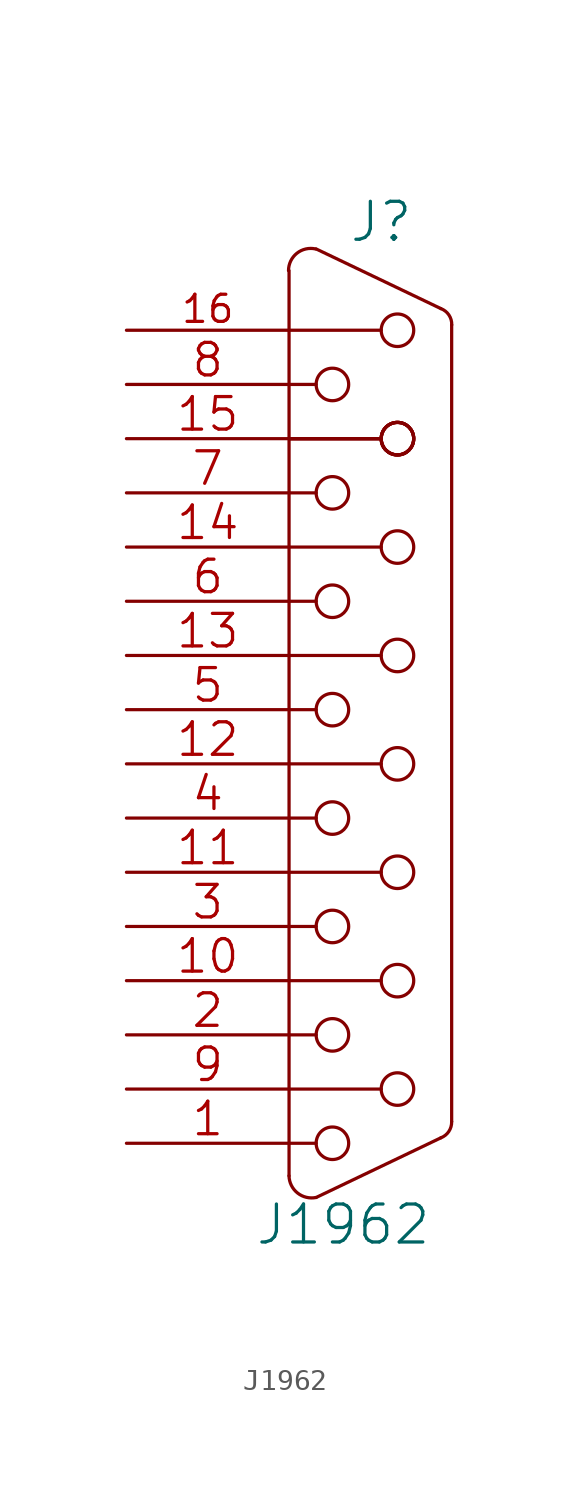
<source format=kicad_sym>
(kicad_symbol_lib
  (version 20211014)
  (generator kicad_symbol_editor)
  (symbol "J1962"
    (pin_names hide)
    (property "Reference" "J"
      (at 0.508 25.4 0)
      (effects (font (size 1.778 1.778))))
    (property "Value" "J1962"
      (at -1.27 -21.59 0)
      (effects (font (size 1.778 1.778))))
    (property "Footprint" ""
      (at 0 0 0)
      (effects (font (size 1.524 1.524))))
    (property "Datasheet" ""
      (at 0 0 0)
      (effects (font (size 1.524 1.524))))
    (symbol "J1962_0_1"
      (arc (start -3.81 -19.304) (mid -3.4118 -20.1103) (end -2.54 -20.32) (stroke (width 0) (type default) (color 0 0 0 0)) (fill (type none)))
      (arc (start -2.5654 24.13) (mid -3.4446 23.9272) (end -3.8354 23.114) (stroke (width 0) (type default) (color 0 0 0 0)) (fill (type none)))
      (circle (center -1.778 -17.78) (radius 0.762) (stroke (width 0) (type default) (color 0 0 0 0)) (fill (type none)))
      (circle (center -1.778 -12.7) (radius 0.762) (stroke (width 0) (type default) (color 0 0 0 0)) (fill (type none)))
      (circle (center -1.778 -7.62) (radius 0.762) (stroke (width 0) (type default) (color 0 0 0 0)) (fill (type none)))
      (circle (center -1.778 -2.54) (radius 0.762) (stroke (width 0) (type default) (color 0 0 0 0)) (fill (type none)))
      (circle (center -1.778 2.54) (radius 0.762) (stroke (width 0) (type default) (color 0 0 0 0)) (fill (type none)))
      (circle (center -1.778 7.62) (radius 0.762) (stroke (width 0) (type default) (color 0 0 0 0)) (fill (type none)))
      (circle (center -1.778 12.7) (radius 0.762) (stroke (width 0) (type default) (color 0 0 0 0)) (fill (type none)))
      (circle (center -1.778 17.78) (radius 0.762) (stroke (width 0) (type default) (color 0 0 0 0)) (fill (type none)))
      (polyline (pts (xy -3.81 -17.78) (xy -2.54 -17.78)) (stroke (width 0) (type default) (color 0 0 0 0)) (fill (type none)))
      (polyline (pts (xy -3.81 -15.24) (xy 0.508 -15.24)) (stroke (width 0) (type default) (color 0 0 0 0)) (fill (type none)))
      (polyline (pts (xy -3.81 -12.7) (xy -2.54 -12.7)) (stroke (width 0) (type default) (color 0 0 0 0)) (fill (type none)))
      (polyline (pts (xy -3.81 -10.16) (xy 0.508 -10.16)) (stroke (width 0) (type default) (color 0 0 0 0)) (fill (type none)))
      (polyline (pts (xy -3.81 -7.62) (xy -2.54 -7.62)) (stroke (width 0) (type default) (color 0 0 0 0)) (fill (type none)))
      (polyline (pts (xy -3.81 -5.08) (xy 0.508 -5.08)) (stroke (width 0) (type default) (color 0 0 0 0)) (fill (type none)))
      (polyline (pts (xy -3.81 -2.54) (xy -2.54 -2.54)) (stroke (width 0) (type default) (color 0 0 0 0)) (fill (type none)))
      (polyline (pts (xy -3.81 0) (xy 0.508 0)) (stroke (width 0) (type default) (color 0 0 0 0)) (fill (type none)))
      (polyline (pts (xy -3.81 2.54) (xy -2.54 2.54)) (stroke (width 0) (type default) (color 0 0 0 0)) (fill (type none)))
      (polyline (pts (xy -3.81 5.08) (xy 0.508 5.08)) (stroke (width 0) (type default) (color 0 0 0 0)) (fill (type none)))
      (polyline (pts (xy -3.81 7.62) (xy -2.54 7.62)) (stroke (width 0) (type default) (color 0 0 0 0)) (fill (type none)))
      (polyline (pts (xy -3.81 10.16) (xy 0.508 10.16)) (stroke (width 0) (type default) (color 0 0 0 0)) (fill (type none)))
      (polyline (pts (xy -3.81 12.7) (xy -2.54 12.7)) (stroke (width 0) (type default) (color 0 0 0 0)) (fill (type none)))
      (polyline (pts (xy -3.81 15.24) (xy 0.508 15.24)) (stroke (width 0) (type default) (color 0 0 0 0)) (fill (type none)))
      (polyline (pts (xy -3.81 15.24) (xy 0.508 15.24)) (stroke (width 0) (type default) (color 0 0 0 0)) (fill (type none)))
      (polyline (pts (xy -3.81 15.24) (xy 0.508 15.24)) (stroke (width 0) (type default) (color 0 0 0 0)) (fill (type none)))
      (polyline (pts (xy -3.81 15.24) (xy 0.508 15.24)) (stroke (width 0) (type default) (color 0 0 0 0)) (fill (type none)))
      (polyline (pts (xy -3.81 17.78) (xy -2.54 17.78)) (stroke (width 0) (type default) (color 0 0 0 0)) (fill (type none)))
      (polyline (pts (xy -3.81 23.114) (xy -3.81 -19.304)) (stroke (width 0) (type default) (color 0 0 0 0)) (fill (type none)))
      (polyline (pts (xy 0.508 20.32) (xy -3.81 20.32)) (stroke (width 0) (type default) (color 0 0 0 0)) (fill (type none)))
      (polyline (pts (xy 3.302 -17.526) (xy -2.54 -20.32)) (stroke (width 0) (type default) (color 0 0 0 0)) (fill (type none)))
      (polyline (pts (xy 3.302 21.336) (xy -2.54 24.13)) (stroke (width 0) (type default) (color 0 0 0 0)) (fill (type none)))
      (polyline (pts (xy 3.81 -16.764) (xy 3.81 20.574)) (stroke (width 0) (type default) (color 0 0 0 0)) (fill (type none)))
      (circle (center 1.27 -15.24) (radius 0.762) (stroke (width 0) (type default) (color 0 0 0 0)) (fill (type none)))
      (circle (center 1.27 -10.16) (radius 0.762) (stroke (width 0) (type default) (color 0 0 0 0)) (fill (type none)))
      (circle (center 1.27 -5.08) (radius 0.762) (stroke (width 0) (type default) (color 0 0 0 0)) (fill (type none)))
      (circle (center 1.27 0) (radius 0.762) (stroke (width 0) (type default) (color 0 0 0 0)) (fill (type none)))
      (circle (center 1.27 5.08) (radius 0.762) (stroke (width 0) (type default) (color 0 0 0 0)) (fill (type none)))
      (circle (center 1.27 10.16) (radius 0.762) (stroke (width 0) (type default) (color 0 0 0 0)) (fill (type none)))
      (circle (center 1.27 15.24) (radius 0.762) (stroke (width 0) (type default) (color 0 0 0 0)) (fill (type none)))
      (circle (center 1.27 15.24) (radius 0.762) (stroke (width 0) (type default) (color 0 0 0 0)) (fill (type none)))
      (circle (center 1.27 15.24) (radius 0.762) (stroke (width 0) (type default) (color 0 0 0 0)) (fill (type none)))
      (circle (center 1.27 15.24) (radius 0.762) (stroke (width 0) (type default) (color 0 0 0 0)) (fill (type none)))
      (circle (center 1.27 20.32) (radius 0.762) (stroke (width 0) (type default) (color 0 0 0 0)) (fill (type none)))
      (arc (start 3.302 -17.526) (mid 3.6781 -17.2264) (end 3.81 -16.764) (stroke (width 0) (type default) (color 0 0 0 0)) (fill (type none)))
      (arc (start 3.81 20.574) (mid 3.6781 21.0364) (end 3.302 21.336) (stroke (width 0) (type default) (color 0 0 0 0)) (fill (type none))))
    (symbol "J1962_1_1"
      (pin passive line (at -11.43 -17.78 0) (length 7.62) (name "1" (effects (font (size 1.524 1.524)))) (number "1" (effects (font (size 1.524 1.524)))))
      (pin passive line (at -11.43 -10.16 0) (length 7.62) (name "P10" (effects (font (size 1.524 1.524)))) (number "10" (effects (font (size 1.524 1.524)))))
      (pin passive line (at -11.43 -5.08 0) (length 7.62) (name "P111" (effects (font (size 1.524 1.524)))) (number "11" (effects (font (size 1.524 1.524)))))
      (pin passive line (at -11.43 0 0) (length 7.62) (name "P12" (effects (font (size 1.524 1.524)))) (number "12" (effects (font (size 1.524 1.524)))))
      (pin passive line (at -11.43 5.08 0) (length 7.62) (name "P13" (effects (font (size 1.524 1.524)))) (number "13" (effects (font (size 1.524 1.524)))))
      (pin passive line (at -11.43 10.16 0) (length 7.62) (name "P14" (effects (font (size 1.524 1.524)))) (number "14" (effects (font (size 1.524 1.524)))))
      (pin passive line (at -11.43 15.24 0) (length 7.62) (name "P15" (effects (font (size 1.524 1.524)))) (number "15" (effects (font (size 1.524 1.524)))))
      (pin passive line (at -11.43 20.32 0) (length 7.62) (name "~" (effects (font (size 1.27 1.27)))) (number "16" (effects (font (size 1.27 1.27)))))
      (pin passive line (at -11.43 -12.7 0) (length 7.62) (name "2" (effects (font (size 1.524 1.524)))) (number "2" (effects (font (size 1.524 1.524)))))
      (pin passive line (at -11.43 -7.62 0) (length 7.62) (name "3" (effects (font (size 1.524 1.524)))) (number "3" (effects (font (size 1.524 1.524)))))
      (pin passive line (at -11.43 -2.54 0) (length 7.62) (name "4" (effects (font (size 1.524 1.524)))) (number "4" (effects (font (size 1.524 1.524)))))
      (pin passive line (at -11.43 2.54 0) (length 7.62) (name "5" (effects (font (size 1.524 1.524)))) (number "5" (effects (font (size 1.524 1.524)))))
      (pin passive line (at -11.43 7.62 0) (length 7.62) (name "6" (effects (font (size 1.524 1.524)))) (number "6" (effects (font (size 1.524 1.524)))))
      (pin passive line (at -11.43 12.7 0) (length 7.62) (name "7" (effects (font (size 1.524 1.524)))) (number "7" (effects (font (size 1.524 1.524)))))
      (pin passive line (at -11.43 17.78 0) (length 7.62) (name "8" (effects (font (size 1.524 1.524)))) (number "8" (effects (font (size 1.524 1.524)))))
      (pin passive line (at -11.43 -15.24 0) (length 7.62) (name "P9" (effects (font (size 1.524 1.524)))) (number "9" (effects (font (size 1.524 1.524))))))))
</source>
